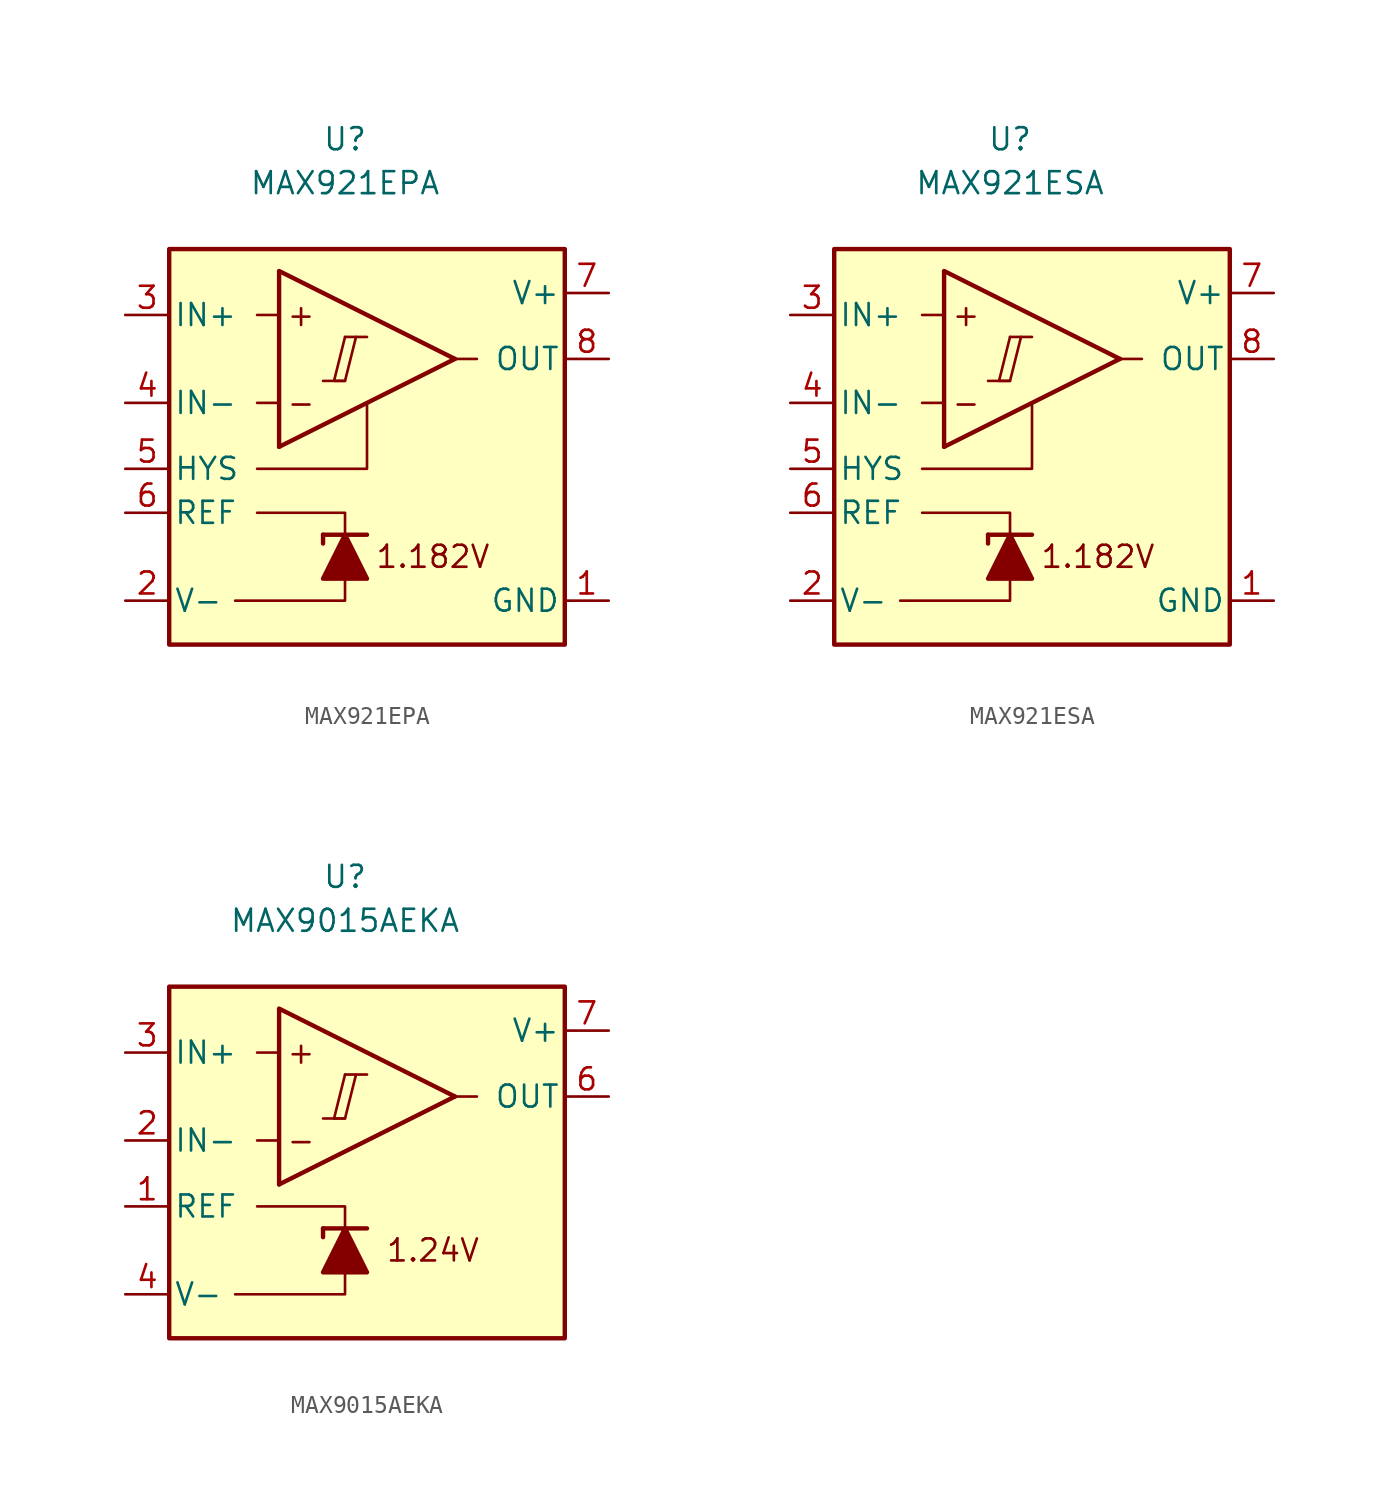
<source format=kicad_sym>
(kicad_symbol_lib
  (version 20211014)
  (generator kicad_symbol_editor)
  (symbol "MAX921EPA"
    (pin_names
      (offset 0.254))
    (property "Reference" "U"
      (at 0 16.51 0)
      (effects (font (size 1.27 1.27))))
    (property "Value" "MAX921EPA"
      (at 0 13.97 0)
      (effects (font (size 1.27 1.27))))
    (symbol "MAX921EPA_0_0"
      (polyline (pts (xy -1.27 2.54) (xy 0 2.54)) (stroke (width 0.152) (type default) (color 0 0 0 0)) (fill (type none)))
      (polyline (pts (xy 0 5.08) (xy 1.27 5.08)) (stroke (width 0.152) (type default) (color 0 0 0 0)) (fill (type none)))
      (polyline (pts (xy 6.35 3.81) (xy -3.81 -1.27)) (stroke (width 0.254) (type default) (color 0 0 0 0)) (fill (type none)))
      (polyline (pts (xy 6.35 3.81) (xy -3.81 8.89) (xy -3.81 -1.27)) (stroke (width 0.254) (type default) (color 0 0 0 0)) (fill (type background)))
      (polyline (pts (xy 0 5.08) (xy -0.635 2.54) (xy 0 2.54) (xy 0.635 5.08)) (stroke (width 0.152) (type default) (color 0 0 0 0)) (fill (type none)))
      (text "+" (at -2.54 6.35 0) (effects (font (size 1.27 1.27))))
      (text "-" (at -2.54 1.27 0) (effects (font (size 1.27 1.27))))
      (text "1.182V" (at 5.08 -7.62 0) (effects (font (size 1.27 1.27)))))
    (symbol "MAX921EPA_0_1"
      (polyline (pts (xy -3.81 1.27) (xy -5.08 1.27)) (stroke (width 0) (type default) (color 0 0 0 0)) (fill (type none)))
      (polyline (pts (xy -3.81 6.35) (xy -5.08 6.35)) (stroke (width 0) (type default) (color 0 0 0 0)) (fill (type none)))
      (polyline (pts (xy -1.27 -6.35) (xy -1.27 -6.858)) (stroke (width 0.254) (type default) (color 0 0 0 0)) (fill (type none)))
      (polyline (pts (xy -1.27 -6.35) (xy 1.27 -6.35)) (stroke (width 0.254) (type default) (color 0 0 0 0)) (fill (type none)))
      (polyline (pts (xy 6.35 3.81) (xy 7.62 3.81)) (stroke (width 0) (type default) (color 0 0 0 0)) (fill (type none)))
      (polyline (pts (xy 0 -8.89) (xy 0 -10.16) (xy -6.35 -10.16)) (stroke (width 0) (type default) (color 0 0 0 0)) (fill (type none)))
      (polyline (pts (xy 0 -6.35) (xy 0 -5.08) (xy -5.08 -5.08)) (stroke (width 0) (type default) (color 0 0 0 0)) (fill (type none)))
      (polyline (pts (xy 1.27 1.27) (xy 1.27 -2.54) (xy -5.08 -2.54)) (stroke (width 0) (type default) (color 0 0 0 0)) (fill (type none)))
      (polyline (pts (xy 1.27 -8.89) (xy -1.27 -8.89) (xy 0 -6.35) (xy 1.27 -8.89)) (stroke (width 0.254) (type default) (color 0 0 0 0)) (fill (type outline)))
      (rectangle (start 12.7 10.16) (end -10.16 -12.7) (stroke (width 0.254) (type default) (color 0 0 0 0)) (fill (type background))))
    (symbol "MAX921EPA_1_1"
      (pin power_in line (at 15.24 -10.16 180) (length 2.54) (name "GND" (effects (font (size 1.27 1.27)))) (number "1" (effects (font (size 1.27 1.27)))))
      (pin power_in line (at -12.7 -10.16 0) (length 2.54) (name "V-" (effects (font (size 1.27 1.27)))) (number "2" (effects (font (size 1.27 1.27)))))
      (pin input line (at -12.7 6.35 0) (length 2.54) (name "IN+" (effects (font (size 1.27 1.27)))) (number "3" (effects (font (size 1.27 1.27)))))
      (pin input line (at -12.7 1.27 0) (length 2.54) (name "IN-" (effects (font (size 1.27 1.27)))) (number "4" (effects (font (size 1.27 1.27)))))
      (pin input line (at -12.7 -2.54 0) (length 2.54) (name "HYS" (effects (font (size 1.27 1.27)))) (number "5" (effects (font (size 1.27 1.27)))))
      (pin output line (at -12.7 -5.08 0) (length 2.54) (name "REF" (effects (font (size 1.27 1.27)))) (number "6" (effects (font (size 1.27 1.27)))))
      (pin power_in line (at 15.24 7.62 180) (length 2.54) (name "V+" (effects (font (size 1.27 1.27)))) (number "7" (effects (font (size 1.27 1.27)))))
      (pin output line (at 15.24 3.81 180) (length 2.54) (name "OUT" (effects (font (size 1.27 1.27)))) (number "8" (effects (font (size 1.27 1.27)))))))
  (symbol "MAX921ESA"
    (pin_names
      (offset 0.254))
    (property "Reference" "U"
      (at 0 16.51 0)
      (effects (font (size 1.27 1.27))))
    (property "Value" "MAX921ESA"
      (at 0 13.97 0)
      (effects (font (size 1.27 1.27))))
    (symbol "MAX921ESA_0_0"
      (polyline (pts (xy -1.27 2.54) (xy 0 2.54)) (stroke (width 0.152) (type default) (color 0 0 0 0)) (fill (type none)))
      (polyline (pts (xy 0 5.08) (xy 1.27 5.08)) (stroke (width 0.152) (type default) (color 0 0 0 0)) (fill (type none)))
      (polyline (pts (xy 6.35 3.81) (xy -3.81 -1.27)) (stroke (width 0.254) (type default) (color 0 0 0 0)) (fill (type none)))
      (polyline (pts (xy 6.35 3.81) (xy -3.81 8.89) (xy -3.81 -1.27)) (stroke (width 0.254) (type default) (color 0 0 0 0)) (fill (type background)))
      (polyline (pts (xy 0 5.08) (xy -0.635 2.54) (xy 0 2.54) (xy 0.635 5.08)) (stroke (width 0.152) (type default) (color 0 0 0 0)) (fill (type none)))
      (text "+" (at -2.54 6.35 0) (effects (font (size 1.27 1.27))))
      (text "-" (at -2.54 1.27 0) (effects (font (size 1.27 1.27))))
      (text "1.182V" (at 5.08 -7.62 0) (effects (font (size 1.27 1.27)))))
    (symbol "MAX921ESA_0_1"
      (polyline (pts (xy -3.81 1.27) (xy -5.08 1.27)) (stroke (width 0) (type default) (color 0 0 0 0)) (fill (type none)))
      (polyline (pts (xy -3.81 6.35) (xy -5.08 6.35)) (stroke (width 0) (type default) (color 0 0 0 0)) (fill (type none)))
      (polyline (pts (xy -1.27 -6.35) (xy -1.27 -6.858)) (stroke (width 0.254) (type default) (color 0 0 0 0)) (fill (type none)))
      (polyline (pts (xy -1.27 -6.35) (xy 1.27 -6.35)) (stroke (width 0.254) (type default) (color 0 0 0 0)) (fill (type none)))
      (polyline (pts (xy 6.35 3.81) (xy 7.62 3.81)) (stroke (width 0) (type default) (color 0 0 0 0)) (fill (type none)))
      (polyline (pts (xy 0 -8.89) (xy 0 -10.16) (xy -6.35 -10.16)) (stroke (width 0) (type default) (color 0 0 0 0)) (fill (type none)))
      (polyline (pts (xy 0 -6.35) (xy 0 -5.08) (xy -5.08 -5.08)) (stroke (width 0) (type default) (color 0 0 0 0)) (fill (type none)))
      (polyline (pts (xy 1.27 1.27) (xy 1.27 -2.54) (xy -5.08 -2.54)) (stroke (width 0) (type default) (color 0 0 0 0)) (fill (type none)))
      (polyline (pts (xy 1.27 -8.89) (xy -1.27 -8.89) (xy 0 -6.35) (xy 1.27 -8.89)) (stroke (width 0.254) (type default) (color 0 0 0 0)) (fill (type outline)))
      (rectangle (start 12.7 10.16) (end -10.16 -12.7) (stroke (width 0.254) (type default) (color 0 0 0 0)) (fill (type background))))
    (symbol "MAX921ESA_1_1"
      (pin power_in line (at 15.24 -10.16 180) (length 2.54) (name "GND" (effects (font (size 1.27 1.27)))) (number "1" (effects (font (size 1.27 1.27)))))
      (pin power_in line (at -12.7 -10.16 0) (length 2.54) (name "V-" (effects (font (size 1.27 1.27)))) (number "2" (effects (font (size 1.27 1.27)))))
      (pin input line (at -12.7 6.35 0) (length 2.54) (name "IN+" (effects (font (size 1.27 1.27)))) (number "3" (effects (font (size 1.27 1.27)))))
      (pin input line (at -12.7 1.27 0) (length 2.54) (name "IN-" (effects (font (size 1.27 1.27)))) (number "4" (effects (font (size 1.27 1.27)))))
      (pin input line (at -12.7 -2.54 0) (length 2.54) (name "HYS" (effects (font (size 1.27 1.27)))) (number "5" (effects (font (size 1.27 1.27)))))
      (pin output line (at -12.7 -5.08 0) (length 2.54) (name "REF" (effects (font (size 1.27 1.27)))) (number "6" (effects (font (size 1.27 1.27)))))
      (pin power_in line (at 15.24 7.62 180) (length 2.54) (name "V+" (effects (font (size 1.27 1.27)))) (number "7" (effects (font (size 1.27 1.27)))))
      (pin output line (at 15.24 3.81 180) (length 2.54) (name "OUT" (effects (font (size 1.27 1.27)))) (number "8" (effects (font (size 1.27 1.27)))))))
  (symbol "MAX9015AEKA"
    (pin_names
      (offset 0.254))
    (property "Reference" "U"
      (at 0 16.51 0)
      (effects (font (size 1.27 1.27))))
    (property "Value" "MAX9015AEKA"
      (at 0 13.97 0)
      (effects (font (size 1.27 1.27))))
    (symbol "MAX9015AEKA_0_0"
      (polyline (pts (xy -1.27 2.54) (xy 0 2.54)) (stroke (width 0.152) (type default) (color 0 0 0 0)) (fill (type none)))
      (polyline (pts (xy 0 5.08) (xy 1.27 5.08)) (stroke (width 0.152) (type default) (color 0 0 0 0)) (fill (type none)))
      (polyline (pts (xy 6.35 3.81) (xy -3.81 -1.27)) (stroke (width 0.254) (type default) (color 0 0 0 0)) (fill (type none)))
      (polyline (pts (xy 6.35 3.81) (xy -3.81 8.89) (xy -3.81 -1.27)) (stroke (width 0.254) (type default) (color 0 0 0 0)) (fill (type background)))
      (polyline (pts (xy 0 5.08) (xy -0.635 2.54) (xy 0 2.54) (xy 0.635 5.08)) (stroke (width 0.152) (type default) (color 0 0 0 0)) (fill (type none)))
      (text "+" (at -2.54 6.35 0) (effects (font (size 1.27 1.27))))
      (text "-" (at -2.54 1.27 0) (effects (font (size 1.27 1.27))))
      (text "1.24V" (at 5.08 -5.08 0) (effects (font (size 1.27 1.27)))))
    (symbol "MAX9015AEKA_0_1"
      (rectangle (start -10.16 10.16) (end 12.7 -10.16) (stroke (width 0.254) (type default) (color 0 0 0 0)) (fill (type background)))
      (polyline (pts (xy -3.81 1.27) (xy -5.08 1.27)) (stroke (width 0) (type default) (color 0 0 0 0)) (fill (type none)))
      (polyline (pts (xy -3.81 6.35) (xy -5.08 6.35)) (stroke (width 0) (type default) (color 0 0 0 0)) (fill (type none)))
      (polyline (pts (xy -1.27 -3.81) (xy -1.27 -4.318)) (stroke (width 0.254) (type default) (color 0 0 0 0)) (fill (type none)))
      (polyline (pts (xy -1.27 -3.81) (xy 1.27 -3.81)) (stroke (width 0.254) (type default) (color 0 0 0 0)) (fill (type none)))
      (polyline (pts (xy 6.35 3.81) (xy 7.62 3.81)) (stroke (width 0) (type default) (color 0 0 0 0)) (fill (type none)))
      (polyline (pts (xy 0 -6.35) (xy 0 -7.62) (xy -6.35 -7.62)) (stroke (width 0) (type default) (color 0 0 0 0)) (fill (type none)))
      (polyline (pts (xy 0 -3.81) (xy 0 -2.54) (xy -5.08 -2.54)) (stroke (width 0) (type default) (color 0 0 0 0)) (fill (type none)))
      (polyline (pts (xy 1.27 -6.35) (xy -1.27 -6.35) (xy 0 -3.81) (xy 1.27 -6.35)) (stroke (width 0.254) (type default) (color 0 0 0 0)) (fill (type outline))))
    (symbol "MAX9015AEKA_1_1"
      (pin output line (at -12.7 -2.54 0) (length 2.54) (name "REF" (effects (font (size 1.27 1.27)))) (number "1" (effects (font (size 1.27 1.27)))))
      (pin input line (at -12.7 1.27 0) (length 2.54) (name "IN-" (effects (font (size 1.27 1.27)))) (number "2" (effects (font (size 1.27 1.27)))))
      (pin input line (at -12.7 6.35 0) (length 2.54) (name "IN+" (effects (font (size 1.27 1.27)))) (number "3" (effects (font (size 1.27 1.27)))))
      (pin power_in line (at -12.7 -7.62 0) (length 2.54) (name "V-" (effects (font (size 1.27 1.27)))) (number "4" (effects (font (size 1.27 1.27)))))
      (pin no_connect line (at 0 -2.54 180) (length 2.54) hide (name "NC" (effects (font (size 1.27 1.27)))) (number "5" (effects (font (size 1.27 1.27)))))
      (pin output line (at 15.24 3.81 180) (length 2.54) (name "OUT" (effects (font (size 1.27 1.27)))) (number "6" (effects (font (size 1.27 1.27)))))
      (pin power_in line (at 15.24 7.62 180) (length 2.54) (name "V+" (effects (font (size 1.27 1.27)))) (number "7" (effects (font (size 1.27 1.27)))))
      (pin no_connect line (at 0 0 180) (length 2.54) hide (name "NC" (effects (font (size 1.27 1.27)))) (number "8" (effects (font (size 1.27 1.27))))))))
</source>
